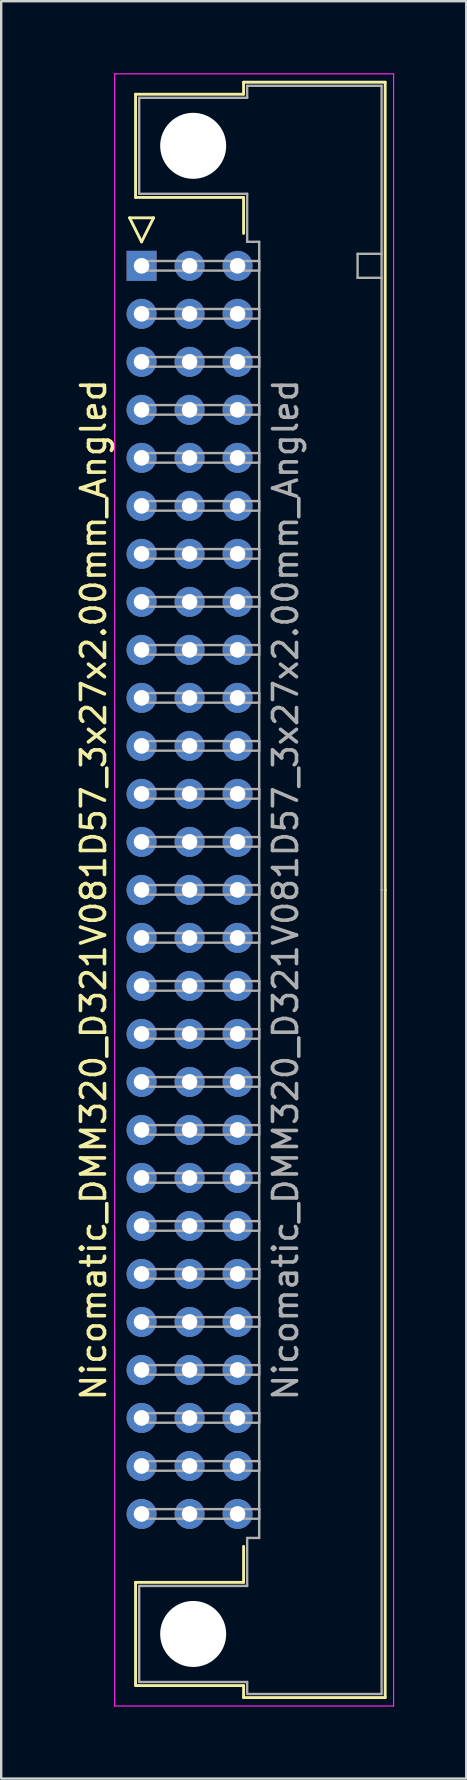
<source format=kicad_pcb>
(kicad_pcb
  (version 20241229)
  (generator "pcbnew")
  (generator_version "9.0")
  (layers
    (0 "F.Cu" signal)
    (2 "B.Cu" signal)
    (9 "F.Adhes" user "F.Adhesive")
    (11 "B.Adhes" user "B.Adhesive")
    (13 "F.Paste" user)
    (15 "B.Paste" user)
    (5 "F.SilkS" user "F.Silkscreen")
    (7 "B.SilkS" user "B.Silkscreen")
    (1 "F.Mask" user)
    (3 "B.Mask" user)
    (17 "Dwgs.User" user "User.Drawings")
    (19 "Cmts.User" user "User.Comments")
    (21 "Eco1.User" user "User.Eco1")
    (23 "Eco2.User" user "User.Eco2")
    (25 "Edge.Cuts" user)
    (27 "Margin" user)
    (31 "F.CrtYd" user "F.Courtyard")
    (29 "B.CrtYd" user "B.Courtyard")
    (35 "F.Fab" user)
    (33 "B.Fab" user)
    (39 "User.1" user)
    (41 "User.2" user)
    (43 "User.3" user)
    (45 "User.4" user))
  (footprint "Nicomatic_DMM320_D321V081D57_3x27x2.00mm_Angled"
    (layer "F.Cu")
    (at 2.848 8.025)
    (property "Reference" "Nicomatic_DMM320_D321V081D57_3x27x2.00mm_Angled" (at -2 26 90) (layer "F.SilkS") (effects (font (size 1 1) (thickness 0.15))))
    (attr through_hole)
    (fp_line (start -0.5 -2) (end 0 -1) (stroke (width 0.12) (type solid)) (layer "F.SilkS"))
    (fp_line (start -0.25 -7.15) (end -0.25 -2.85) (stroke (width 0.12) (type solid)) (layer "F.SilkS"))
    (fp_line (start -0.25 -2.85) (end 4.25 -2.85) (stroke (width 0.12) (type solid)) (layer "F.SilkS"))
    (fp_line (start -0.25 54.85) (end 4.25 54.85) (stroke (width 0.12) (type solid)) (layer "F.SilkS"))
    (fp_line (start -0.25 59.15) (end -0.25 54.85) (stroke (width 0.12) (type solid)) (layer "F.SilkS"))
    (fp_line (start 0 -1) (end 0.5 -2) (stroke (width 0.12) (type solid)) (layer "F.SilkS"))
    (fp_line (start 0.5 -2) (end -0.5 -2) (stroke (width 0.12) (type solid)) (layer "F.SilkS"))
    (fp_line (start 4.25 -7.65) (end 4.25 -7.15) (stroke (width 0.12) (type solid)) (layer "F.SilkS"))
    (fp_line (start 4.25 -7.15) (end -0.25 -7.15) (stroke (width 0.12) (type solid)) (layer "F.SilkS"))
    (fp_line (start 4.25 -2.85) (end 4.25 -1.35) (stroke (width 0.12) (type solid)) (layer "F.SilkS"))
    (fp_line (start 4.25 54.85) (end 4.25 53.35) (stroke (width 0.12) (type solid)) (layer "F.SilkS"))
    (fp_line (start 4.25 59.15) (end -0.25 59.15) (stroke (width 0.12) (type solid)) (layer "F.SilkS"))
    (fp_line (start 4.25 59.65) (end 4.25 59.15) (stroke (width 0.12) (type solid)) (layer "F.SilkS"))
    (fp_line (start 10.15 -7.65) (end 4.25 -7.65) (stroke (width 0.12) (type solid)) (layer "F.SilkS"))
    (fp_line (start 10.15 26) (end 10.15 -7.65) (stroke (width 0.12) (type solid)) (layer "F.SilkS"))
    (fp_line (start 10.15 26) (end 10.15 59.65) (stroke (width 0.12) (type solid)) (layer "F.SilkS"))
    (fp_line (start 10.15 59.65) (end 4.25 59.65) (stroke (width 0.12) (type solid)) (layer "F.SilkS"))
    (fp_line (start -1.12 -8) (end -1.12 60) (stroke (width 0.05) (type solid)) (layer "F.CrtYd"))
    (fp_line (start -1.12 60) (end 10.5 60) (stroke (width 0.05) (type solid)) (layer "F.CrtYd"))
    (fp_line (start 10.5 -8) (end -1.12 -8) (stroke (width 0.05) (type solid)) (layer "F.CrtYd"))
    (fp_line (start 10.5 60) (end 10.5 -8) (stroke (width 0.05) (type solid)) (layer "F.CrtYd"))
    (fp_line (start -0.1 -7) (end -0.1 -3) (stroke (width 0.1) (type solid)) (layer "F.Fab"))
    (fp_line (start -0.1 -3) (end 4.4 -3) (stroke (width 0.1) (type solid)) (layer "F.Fab"))
    (fp_line (start -0.1 55) (end 4.4 55) (stroke (width 0.1) (type solid)) (layer "F.Fab"))
    (fp_line (start -0.1 59) (end -0.1 55) (stroke (width 0.1) (type solid)) (layer "F.Fab"))
    (fp_line (start 0 -0.2) (end 0 0.2) (stroke (width 0.1) (type solid)) (layer "F.Fab"))
    (fp_line (start 0 0.2) (end 4.9 0.2) (stroke (width 0.1) (type solid)) (layer "F.Fab"))
    (fp_line (start 0 1.8) (end 0 2.2) (stroke (width 0.1) (type solid)) (layer "F.Fab"))
    (fp_line (start 0 2.2) (end 4.9 2.2) (stroke (width 0.1) (type solid)) (layer "F.Fab"))
    (fp_line (start 0 3.8) (end 0 4.2) (stroke (width 0.1) (type solid)) (layer "F.Fab"))
    (fp_line (start 0 4.2) (end 4.9 4.2) (stroke (width 0.1) (type solid)) (layer "F.Fab"))
    (fp_line (start 0 5.8) (end 0 6.2) (stroke (width 0.1) (type solid)) (layer "F.Fab"))
    (fp_line (start 0 6.2) (end 4.9 6.2) (stroke (width 0.1) (type solid)) (layer "F.Fab"))
    (fp_line (start 0 7.8) (end 0 8.2) (stroke (width 0.1) (type solid)) (layer "F.Fab"))
    (fp_line (start 0 8.2) (end 4.9 8.2) (stroke (width 0.1) (type solid)) (layer "F.Fab"))
    (fp_line (start 0 9.8) (end 0 10.2) (stroke (width 0.1) (type solid)) (layer "F.Fab"))
    (fp_line (start 0 10.2) (end 4.9 10.2) (stroke (width 0.1) (type solid)) (layer "F.Fab"))
    (fp_line (start 0 11.8) (end 0 12.2) (stroke (width 0.1) (type solid)) (layer "F.Fab"))
    (fp_line (start 0 12.2) (end 4.9 12.2) (stroke (width 0.1) (type solid)) (layer "F.Fab"))
    (fp_line (start 0 13.8) (end 0 14.2) (stroke (width 0.1) (type solid)) (layer "F.Fab"))
    (fp_line (start 0 14.2) (end 4.9 14.2) (stroke (width 0.1) (type solid)) (layer "F.Fab"))
    (fp_line (start 0 15.8) (end 0 16.2) (stroke (width 0.1) (type solid)) (layer "F.Fab"))
    (fp_line (start 0 16.2) (end 4.9 16.2) (stroke (width 0.1) (type solid)) (layer "F.Fab"))
    (fp_line (start 0 17.8) (end 0 18.2) (stroke (width 0.1) (type solid)) (layer "F.Fab"))
    (fp_line (start 0 18.2) (end 4.9 18.2) (stroke (width 0.1) (type solid)) (layer "F.Fab"))
    (fp_line (start 0 19.8) (end 0 20.2) (stroke (width 0.1) (type solid)) (layer "F.Fab"))
    (fp_line (start 0 20.2) (end 4.9 20.2) (stroke (width 0.1) (type solid)) (layer "F.Fab"))
    (fp_line (start 0 21.8) (end 0 22.2) (stroke (width 0.1) (type solid)) (layer "F.Fab"))
    (fp_line (start 0 22.2) (end 4.9 22.2) (stroke (width 0.1) (type solid)) (layer "F.Fab"))
    (fp_line (start 0 23.8) (end 0 24.2) (stroke (width 0.1) (type solid)) (layer "F.Fab"))
    (fp_line (start 0 24.2) (end 4.9 24.2) (stroke (width 0.1) (type solid)) (layer "F.Fab"))
    (fp_line (start 0 25.8) (end 0 26.2) (stroke (width 0.1) (type solid)) (layer "F.Fab"))
    (fp_line (start 0 26.2) (end 4.9 26.2) (stroke (width 0.1) (type solid)) (layer "F.Fab"))
    (fp_line (start 0 27.8) (end 0 28.2) (stroke (width 0.1) (type solid)) (layer "F.Fab"))
    (fp_line (start 0 28.2) (end 4.9 28.2) (stroke (width 0.1) (type solid)) (layer "F.Fab"))
    (fp_line (start 0 29.8) (end 0 30.2) (stroke (width 0.1) (type solid)) (layer "F.Fab"))
    (fp_line (start 0 30.2) (end 4.9 30.2) (stroke (width 0.1) (type solid)) (layer "F.Fab"))
    (fp_line (start 0 31.8) (end 0 32.2) (stroke (width 0.1) (type solid)) (layer "F.Fab"))
    (fp_line (start 0 32.2) (end 4.9 32.2) (stroke (width 0.1) (type solid)) (layer "F.Fab"))
    (fp_line (start 0 33.8) (end 0 34.2) (stroke (width 0.1) (type solid)) (layer "F.Fab"))
    (fp_line (start 0 34.2) (end 4.9 34.2) (stroke (width 0.1) (type solid)) (layer "F.Fab"))
    (fp_line (start 0 35.8) (end 0 36.2) (stroke (width 0.1) (type solid)) (layer "F.Fab"))
    (fp_line (start 0 36.2) (end 4.9 36.2) (stroke (width 0.1) (type solid)) (layer "F.Fab"))
    (fp_line (start 0 37.8) (end 0 38.2) (stroke (width 0.1) (type solid)) (layer "F.Fab"))
    (fp_line (start 0 38.2) (end 4.9 38.2) (stroke (width 0.1) (type solid)) (layer "F.Fab"))
    (fp_line (start 0 39.8) (end 0 40.2) (stroke (width 0.1) (type solid)) (layer "F.Fab"))
    (fp_line (start 0 40.2) (end 4.9 40.2) (stroke (width 0.1) (type solid)) (layer "F.Fab"))
    (fp_line (start 0 41.8) (end 0 42.2) (stroke (width 0.1) (type solid)) (layer "F.Fab"))
    (fp_line (start 0 42.2) (end 4.9 42.2) (stroke (width 0.1) (type solid)) (layer "F.Fab"))
    (fp_line (start 0 43.8) (end 0 44.2) (stroke (width 0.1) (type solid)) (layer "F.Fab"))
    (fp_line (start 0 44.2) (end 4.9 44.2) (stroke (width 0.1) (type solid)) (layer "F.Fab"))
    (fp_line (start 0 45.8) (end 0 46.2) (stroke (width 0.1) (type solid)) (layer "F.Fab"))
    (fp_line (start 0 46.2) (end 4.9 46.2) (stroke (width 0.1) (type solid)) (layer "F.Fab"))
    (fp_line (start 0 47.8) (end 0 48.2) (stroke (width 0.1) (type solid)) (layer "F.Fab"))
    (fp_line (start 0 48.2) (end 4.9 48.2) (stroke (width 0.1) (type solid)) (layer "F.Fab"))
    (fp_line (start 0 49.8) (end 0 50.2) (stroke (width 0.1) (type solid)) (layer "F.Fab"))
    (fp_line (start 0 50.2) (end 4.9 50.2) (stroke (width 0.1) (type solid)) (layer "F.Fab"))
    (fp_line (start 0 51.8) (end 0 52.2) (stroke (width 0.1) (type solid)) (layer "F.Fab"))
    (fp_line (start 0 52.2) (end 4.9 52.2) (stroke (width 0.1) (type solid)) (layer "F.Fab"))
    (fp_line (start 4.4 -7.5) (end 4.4 -7) (stroke (width 0.1) (type solid)) (layer "F.Fab"))
    (fp_line (start 4.4 -7) (end -0.1 -7) (stroke (width 0.1) (type solid)) (layer "F.Fab"))
    (fp_line (start 4.4 -3) (end 4.4 -1) (stroke (width 0.1) (type solid)) (layer "F.Fab"))
    (fp_line (start 4.4 -1) (end 4.9 -1) (stroke (width 0.1) (type solid)) (layer "F.Fab"))
    (fp_line (start 4.4 53) (end 4.9 53) (stroke (width 0.1) (type solid)) (layer "F.Fab"))
    (fp_line (start 4.4 55) (end 4.4 53) (stroke (width 0.1) (type solid)) (layer "F.Fab"))
    (fp_line (start 4.4 59) (end -0.1 59) (stroke (width 0.1) (type solid)) (layer "F.Fab"))
    (fp_line (start 4.4 59.5) (end 4.4 59) (stroke (width 0.1) (type solid)) (layer "F.Fab"))
    (fp_line (start 4.9 -1) (end 4.9 26) (stroke (width 0.1) (type solid)) (layer "F.Fab"))
    (fp_line (start 4.9 -0.2) (end 0 -0.2) (stroke (width 0.1) (type solid)) (layer "F.Fab"))
    (fp_line (start 4.9 0.2) (end 4.9 -0.2) (stroke (width 0.1) (type solid)) (layer "F.Fab"))
    (fp_line (start 4.9 1.8) (end 0 1.8) (stroke (width 0.1) (type solid)) (layer "F.Fab"))
    (fp_line (start 4.9 2.2) (end 4.9 1.8) (stroke (width 0.1) (type solid)) (layer "F.Fab"))
    (fp_line (start 4.9 3.8) (end 0 3.8) (stroke (width 0.1) (type solid)) (layer "F.Fab"))
    (fp_line (start 4.9 4.2) (end 4.9 3.8) (stroke (width 0.1) (type solid)) (layer "F.Fab"))
    (fp_line (start 4.9 5.8) (end 0 5.8) (stroke (width 0.1) (type solid)) (layer "F.Fab"))
    (fp_line (start 4.9 6.2) (end 4.9 5.8) (stroke (width 0.1) (type solid)) (layer "F.Fab"))
    (fp_line (start 4.9 7.8) (end 0 7.8) (stroke (width 0.1) (type solid)) (layer "F.Fab"))
    (fp_line (start 4.9 8.2) (end 4.9 7.8) (stroke (width 0.1) (type solid)) (layer "F.Fab"))
    (fp_line (start 4.9 9.8) (end 0 9.8) (stroke (width 0.1) (type solid)) (layer "F.Fab"))
    (fp_line (start 4.9 10.2) (end 4.9 9.8) (stroke (width 0.1) (type solid)) (layer "F.Fab"))
    (fp_line (start 4.9 11.8) (end 0 11.8) (stroke (width 0.1) (type solid)) (layer "F.Fab"))
    (fp_line (start 4.9 12.2) (end 4.9 11.8) (stroke (width 0.1) (type solid)) (layer "F.Fab"))
    (fp_line (start 4.9 13.8) (end 0 13.8) (stroke (width 0.1) (type solid)) (layer "F.Fab"))
    (fp_line (start 4.9 14.2) (end 4.9 13.8) (stroke (width 0.1) (type solid)) (layer "F.Fab"))
    (fp_line (start 4.9 15.8) (end 0 15.8) (stroke (width 0.1) (type solid)) (layer "F.Fab"))
    (fp_line (start 4.9 16.2) (end 4.9 15.8) (stroke (width 0.1) (type solid)) (layer "F.Fab"))
    (fp_line (start 4.9 17.8) (end 0 17.8) (stroke (width 0.1) (type solid)) (layer "F.Fab"))
    (fp_line (start 4.9 18.2) (end 4.9 17.8) (stroke (width 0.1) (type solid)) (layer "F.Fab"))
    (fp_line (start 4.9 19.8) (end 0 19.8) (stroke (width 0.1) (type solid)) (layer "F.Fab"))
    (fp_line (start 4.9 20.2) (end 4.9 19.8) (stroke (width 0.1) (type solid)) (layer "F.Fab"))
    (fp_line (start 4.9 21.8) (end 0 21.8) (stroke (width 0.1) (type solid)) (layer "F.Fab"))
    (fp_line (start 4.9 22.2) (end 4.9 21.8) (stroke (width 0.1) (type solid)) (layer "F.Fab"))
    (fp_line (start 4.9 23.8) (end 0 23.8) (stroke (width 0.1) (type solid)) (layer "F.Fab"))
    (fp_line (start 4.9 24.2) (end 4.9 23.8) (stroke (width 0.1) (type solid)) (layer "F.Fab"))
    (fp_line (start 4.9 25.8) (end 0 25.8) (stroke (width 0.1) (type solid)) (layer "F.Fab"))
    (fp_line (start 4.9 26.2) (end 4.9 25.8) (stroke (width 0.1) (type solid)) (layer "F.Fab"))
    (fp_line (start 4.9 27.8) (end 0 27.8) (stroke (width 0.1) (type solid)) (layer "F.Fab"))
    (fp_line (start 4.9 28.2) (end 4.9 27.8) (stroke (width 0.1) (type solid)) (layer "F.Fab"))
    (fp_line (start 4.9 29.8) (end 0 29.8) (stroke (width 0.1) (type solid)) (layer "F.Fab"))
    (fp_line (start 4.9 30.2) (end 4.9 29.8) (stroke (width 0.1) (type solid)) (layer "F.Fab"))
    (fp_line (start 4.9 31.8) (end 0 31.8) (stroke (width 0.1) (type solid)) (layer "F.Fab"))
    (fp_line (start 4.9 32.2) (end 4.9 31.8) (stroke (width 0.1) (type solid)) (layer "F.Fab"))
    (fp_line (start 4.9 33.8) (end 0 33.8) (stroke (width 0.1) (type solid)) (layer "F.Fab"))
    (fp_line (start 4.9 34.2) (end 4.9 33.8) (stroke (width 0.1) (type solid)) (layer "F.Fab"))
    (fp_line (start 4.9 35.8) (end 0 35.8) (stroke (width 0.1) (type solid)) (layer "F.Fab"))
    (fp_line (start 4.9 36.2) (end 4.9 35.8) (stroke (width 0.1) (type solid)) (layer "F.Fab"))
    (fp_line (start 4.9 37.8) (end 0 37.8) (stroke (width 0.1) (type solid)) (layer "F.Fab"))
    (fp_line (start 4.9 38.2) (end 4.9 37.8) (stroke (width 0.1) (type solid)) (layer "F.Fab"))
    (fp_line (start 4.9 39.8) (end 0 39.8) (stroke (width 0.1) (type solid)) (layer "F.Fab"))
    (fp_line (start 4.9 40.2) (end 4.9 39.8) (stroke (width 0.1) (type solid)) (layer "F.Fab"))
    (fp_line (start 4.9 41.8) (end 0 41.8) (stroke (width 0.1) (type solid)) (layer "F.Fab"))
    (fp_line (start 4.9 42.2) (end 4.9 41.8) (stroke (width 0.1) (type solid)) (layer "F.Fab"))
    (fp_line (start 4.9 43.8) (end 0 43.8) (stroke (width 0.1) (type solid)) (layer "F.Fab"))
    (fp_line (start 4.9 44.2) (end 4.9 43.8) (stroke (width 0.1) (type solid)) (layer "F.Fab"))
    (fp_line (start 4.9 45.8) (end 0 45.8) (stroke (width 0.1) (type solid)) (layer "F.Fab"))
    (fp_line (start 4.9 46.2) (end 4.9 45.8) (stroke (width 0.1) (type solid)) (layer "F.Fab"))
    (fp_line (start 4.9 47.8) (end 0 47.8) (stroke (width 0.1) (type solid)) (layer "F.Fab"))
    (fp_line (start 4.9 48.2) (end 4.9 47.8) (stroke (width 0.1) (type solid)) (layer "F.Fab"))
    (fp_line (start 4.9 49.8) (end 0 49.8) (stroke (width 0.1) (type solid)) (layer "F.Fab"))
    (fp_line (start 4.9 50.2) (end 4.9 49.8) (stroke (width 0.1) (type solid)) (layer "F.Fab"))
    (fp_line (start 4.9 51.8) (end 0 51.8) (stroke (width 0.1) (type solid)) (layer "F.Fab"))
    (fp_line (start 4.9 52.2) (end 4.9 51.8) (stroke (width 0.1) (type solid)) (layer "F.Fab"))
    (fp_line (start 4.9 53) (end 4.9 26) (stroke (width 0.1) (type solid)) (layer "F.Fab"))
    (fp_line (start 9 -0.5) (end 9 0.5) (stroke (width 0.1) (type solid)) (layer "F.Fab"))
    (fp_line (start 9 0.5) (end 10 0.5) (stroke (width 0.1) (type solid)) (layer "F.Fab"))
    (fp_line (start 10 -7.5) (end 4.4 -7.5) (stroke (width 0.1) (type solid)) (layer "F.Fab"))
    (fp_line (start 10 -0.5) (end 9 -0.5) (stroke (width 0.1) (type solid)) (layer "F.Fab"))
    (fp_line (start 10 26) (end 10 -7.5) (stroke (width 0.1) (type solid)) (layer "F.Fab"))
    (fp_line (start 10 26) (end 10 59.5) (stroke (width 0.1) (type solid)) (layer "F.Fab"))
    (fp_line (start 10 59.5) (end 4.4 59.5) (stroke (width 0.1) (type solid)) (layer "F.Fab"))
    (fp_text user "${REFERENCE}" (at 6 26 90) (layer "F.Fab") (effects (font (size 1 1) (thickness 0.15))))
    (pad "" np_thru_hole circle (at 2.15 -5) (size 2.75 2.75) (drill 2.75) (layers "*.Cu" "*.Mask"))
    (pad "" np_thru_hole circle (at 2.15 57) (size 2.75 2.75) (drill 2.75) (layers "*.Cu" "*.Mask"))
    (pad "1" thru_hole rect (at 0 0) (size 1.25 1.25) (drill 0.65) (layers "*.Cu" "*.Mask"))
    (pad "2" thru_hole oval (at 0 2) (size 1.25 1.25) (drill 0.65) (layers "*.Cu" "*.Mask"))
    (pad "3" thru_hole oval (at 0 4) (size 1.25 1.25) (drill 0.65) (layers "*.Cu" "*.Mask"))
    (pad "4" thru_hole oval (at 0 6) (size 1.25 1.25) (drill 0.65) (layers "*.Cu" "*.Mask"))
    (pad "5" thru_hole oval (at 0 8) (size 1.25 1.25) (drill 0.65) (layers "*.Cu" "*.Mask"))
    (pad "6" thru_hole oval (at 0 10) (size 1.25 1.25) (drill 0.65) (layers "*.Cu" "*.Mask"))
    (pad "7" thru_hole oval (at 0 12) (size 1.25 1.25) (drill 0.65) (layers "*.Cu" "*.Mask"))
    (pad "8" thru_hole oval (at 0 14) (size 1.25 1.25) (drill 0.65) (layers "*.Cu" "*.Mask"))
    (pad "9" thru_hole oval (at 0 16) (size 1.25 1.25) (drill 0.65) (layers "*.Cu" "*.Mask"))
    (pad "10" thru_hole oval (at 0 18) (size 1.25 1.25) (drill 0.65) (layers "*.Cu" "*.Mask"))
    (pad "11" thru_hole oval (at 0 20) (size 1.25 1.25) (drill 0.65) (layers "*.Cu" "*.Mask"))
    (pad "12" thru_hole oval (at 0 22) (size 1.25 1.25) (drill 0.65) (layers "*.Cu" "*.Mask"))
    (pad "13" thru_hole oval (at 0 24) (size 1.25 1.25) (drill 0.65) (layers "*.Cu" "*.Mask"))
    (pad "14" thru_hole oval (at 0 26) (size 1.25 1.25) (drill 0.65) (layers "*.Cu" "*.Mask"))
    (pad "15" thru_hole oval (at 0 28) (size 1.25 1.25) (drill 0.65) (layers "*.Cu" "*.Mask"))
    (pad "16" thru_hole oval (at 0 30) (size 1.25 1.25) (drill 0.65) (layers "*.Cu" "*.Mask"))
    (pad "17" thru_hole oval (at 0 32) (size 1.25 1.25) (drill 0.65) (layers "*.Cu" "*.Mask"))
    (pad "18" thru_hole oval (at 0 34) (size 1.25 1.25) (drill 0.65) (layers "*.Cu" "*.Mask"))
    (pad "19" thru_hole oval (at 0 36) (size 1.25 1.25) (drill 0.65) (layers "*.Cu" "*.Mask"))
    (pad "20" thru_hole oval (at 0 38) (size 1.25 1.25) (drill 0.65) (layers "*.Cu" "*.Mask"))
    (pad "21" thru_hole oval (at 0 40) (size 1.25 1.25) (drill 0.65) (layers "*.Cu" "*.Mask"))
    (pad "22" thru_hole oval (at 0 42) (size 1.25 1.25) (drill 0.65) (layers "*.Cu" "*.Mask"))
    (pad "23" thru_hole oval (at 0 44) (size 1.25 1.25) (drill 0.65) (layers "*.Cu" "*.Mask"))
    (pad "24" thru_hole oval (at 0 46) (size 1.25 1.25) (drill 0.65) (layers "*.Cu" "*.Mask"))
    (pad "25" thru_hole oval (at 0 48) (size 1.25 1.25) (drill 0.65) (layers "*.Cu" "*.Mask"))
    (pad "26" thru_hole oval (at 0 50) (size 1.25 1.25) (drill 0.65) (layers "*.Cu" "*.Mask"))
    (pad "27" thru_hole oval (at 0 52) (size 1.25 1.25) (drill 0.65) (layers "*.Cu" "*.Mask"))
    (pad "28" thru_hole oval (at 2 0) (size 1.25 1.25) (drill 0.65) (layers "*.Cu" "*.Mask"))
    (pad "29" thru_hole oval (at 2 2) (size 1.25 1.25) (drill 0.65) (layers "*.Cu" "*.Mask"))
    (pad "30" thru_hole oval (at 2 4) (size 1.25 1.25) (drill 0.65) (layers "*.Cu" "*.Mask"))
    (pad "31" thru_hole oval (at 2 6) (size 1.25 1.25) (drill 0.65) (layers "*.Cu" "*.Mask"))
    (pad "32" thru_hole oval (at 2 8) (size 1.25 1.25) (drill 0.65) (layers "*.Cu" "*.Mask"))
    (pad "33" thru_hole oval (at 2 10) (size 1.25 1.25) (drill 0.65) (layers "*.Cu" "*.Mask"))
    (pad "34" thru_hole oval (at 2 12) (size 1.25 1.25) (drill 0.65) (layers "*.Cu" "*.Mask"))
    (pad "35" thru_hole oval (at 2 14) (size 1.25 1.25) (drill 0.65) (layers "*.Cu" "*.Mask"))
    (pad "36" thru_hole oval (at 2 16) (size 1.25 1.25) (drill 0.65) (layers "*.Cu" "*.Mask"))
    (pad "37" thru_hole oval (at 2 18) (size 1.25 1.25) (drill 0.65) (layers "*.Cu" "*.Mask"))
    (pad "38" thru_hole oval (at 2 20) (size 1.25 1.25) (drill 0.65) (layers "*.Cu" "*.Mask"))
    (pad "39" thru_hole oval (at 2 22) (size 1.25 1.25) (drill 0.65) (layers "*.Cu" "*.Mask"))
    (pad "40" thru_hole oval (at 2 24) (size 1.25 1.25) (drill 0.65) (layers "*.Cu" "*.Mask"))
    (pad "41" thru_hole oval (at 2 26) (size 1.25 1.25) (drill 0.65) (layers "*.Cu" "*.Mask"))
    (pad "42" thru_hole oval (at 2 28) (size 1.25 1.25) (drill 0.65) (layers "*.Cu" "*.Mask"))
    (pad "43" thru_hole oval (at 2 30) (size 1.25 1.25) (drill 0.65) (layers "*.Cu" "*.Mask"))
    (pad "44" thru_hole oval (at 2 32) (size 1.25 1.25) (drill 0.65) (layers "*.Cu" "*.Mask"))
    (pad "45" thru_hole oval (at 2 34) (size 1.25 1.25) (drill 0.65) (layers "*.Cu" "*.Mask"))
    (pad "46" thru_hole oval (at 2 36) (size 1.25 1.25) (drill 0.65) (layers "*.Cu" "*.Mask"))
    (pad "47" thru_hole oval (at 2 38) (size 1.25 1.25) (drill 0.65) (layers "*.Cu" "*.Mask"))
    (pad "48" thru_hole oval (at 2 40) (size 1.25 1.25) (drill 0.65) (layers "*.Cu" "*.Mask"))
    (pad "49" thru_hole oval (at 2 42) (size 1.25 1.25) (drill 0.65) (layers "*.Cu" "*.Mask"))
    (pad "50" thru_hole oval (at 2 44) (size 1.25 1.25) (drill 0.65) (layers "*.Cu" "*.Mask"))
    (pad "51" thru_hole oval (at 2 46) (size 1.25 1.25) (drill 0.65) (layers "*.Cu" "*.Mask"))
    (pad "52" thru_hole oval (at 2 48) (size 1.25 1.25) (drill 0.65) (layers "*.Cu" "*.Mask"))
    (pad "53" thru_hole oval (at 2 50) (size 1.25 1.25) (drill 0.65) (layers "*.Cu" "*.Mask"))
    (pad "54" thru_hole oval (at 2 52) (size 1.25 1.25) (drill 0.65) (layers "*.Cu" "*.Mask"))
    (pad "55" thru_hole oval (at 4 0) (size 1.25 1.25) (drill 0.65) (layers "*.Cu" "*.Mask"))
    (pad "56" thru_hole oval (at 4 2) (size 1.25 1.25) (drill 0.65) (layers "*.Cu" "*.Mask"))
    (pad "57" thru_hole oval (at 4 4) (size 1.25 1.25) (drill 0.65) (layers "*.Cu" "*.Mask"))
    (pad "58" thru_hole oval (at 4 6) (size 1.25 1.25) (drill 0.65) (layers "*.Cu" "*.Mask"))
    (pad "59" thru_hole oval (at 4 8) (size 1.25 1.25) (drill 0.65) (layers "*.Cu" "*.Mask"))
    (pad "60" thru_hole oval (at 4 10) (size 1.25 1.25) (drill 0.65) (layers "*.Cu" "*.Mask"))
    (pad "61" thru_hole oval (at 4 12) (size 1.25 1.25) (drill 0.65) (layers "*.Cu" "*.Mask"))
    (pad "62" thru_hole oval (at 4 14) (size 1.25 1.25) (drill 0.65) (layers "*.Cu" "*.Mask"))
    (pad "63" thru_hole oval (at 4 16) (size 1.25 1.25) (drill 0.65) (layers "*.Cu" "*.Mask"))
    (pad "64" thru_hole oval (at 4 18) (size 1.25 1.25) (drill 0.65) (layers "*.Cu" "*.Mask"))
    (pad "65" thru_hole oval (at 4 20) (size 1.25 1.25) (drill 0.65) (layers "*.Cu" "*.Mask"))
    (pad "66" thru_hole oval (at 4 22) (size 1.25 1.25) (drill 0.65) (layers "*.Cu" "*.Mask"))
    (pad "67" thru_hole oval (at 4 24) (size 1.25 1.25) (drill 0.65) (layers "*.Cu" "*.Mask"))
    (pad "68" thru_hole oval (at 4 26) (size 1.25 1.25) (drill 0.65) (layers "*.Cu" "*.Mask"))
    (pad "69" thru_hole oval (at 4 28) (size 1.25 1.25) (drill 0.65) (layers "*.Cu" "*.Mask"))
    (pad "70" thru_hole oval (at 4 30) (size 1.25 1.25) (drill 0.65) (layers "*.Cu" "*.Mask"))
    (pad "71" thru_hole oval (at 4 32) (size 1.25 1.25) (drill 0.65) (layers "*.Cu" "*.Mask"))
    (pad "72" thru_hole oval (at 4 34) (size 1.25 1.25) (drill 0.65) (layers "*.Cu" "*.Mask"))
    (pad "73" thru_hole oval (at 4 36) (size 1.25 1.25) (drill 0.65) (layers "*.Cu" "*.Mask"))
    (pad "74" thru_hole oval (at 4 38) (size 1.25 1.25) (drill 0.65) (layers "*.Cu" "*.Mask"))
    (pad "75" thru_hole oval (at 4 40) (size 1.25 1.25) (drill 0.65) (layers "*.Cu" "*.Mask"))
    (pad "76" thru_hole oval (at 4 42) (size 1.25 1.25) (drill 0.65) (layers "*.Cu" "*.Mask"))
    (pad "77" thru_hole oval (at 4 44) (size 1.25 1.25) (drill 0.65) (layers "*.Cu" "*.Mask"))
    (pad "78" thru_hole oval (at 4 46) (size 1.25 1.25) (drill 0.65) (layers "*.Cu" "*.Mask"))
    (pad "79" thru_hole oval (at 4 48) (size 1.25 1.25) (drill 0.65) (layers "*.Cu" "*.Mask"))
    (pad "80" thru_hole oval (at 4 50) (size 1.25 1.25) (drill 0.65) (layers "*.Cu" "*.Mask"))
    (pad "81" thru_hole oval (at 4 52) (size 1.25 1.25) (drill 0.65) (layers "*.Cu" "*.Mask")))
  (gr_rect
    (start -3 -3)
    (end 16.373 71.05)
    (stroke (width 0.1) (type default))
    (fill no)
    (layer "Edge.Cuts")))
</source>
